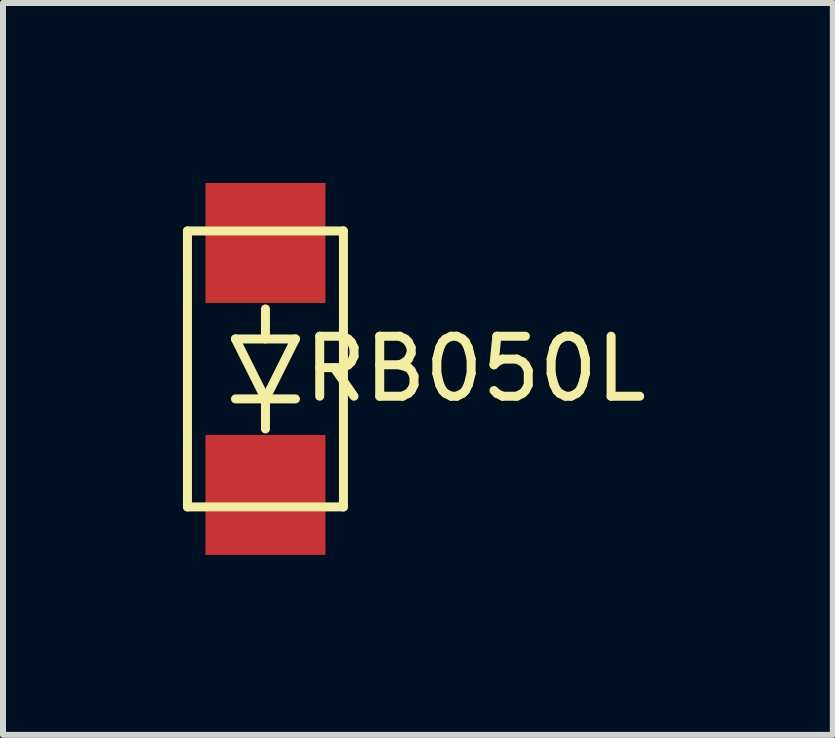
<source format=kicad_pcb>
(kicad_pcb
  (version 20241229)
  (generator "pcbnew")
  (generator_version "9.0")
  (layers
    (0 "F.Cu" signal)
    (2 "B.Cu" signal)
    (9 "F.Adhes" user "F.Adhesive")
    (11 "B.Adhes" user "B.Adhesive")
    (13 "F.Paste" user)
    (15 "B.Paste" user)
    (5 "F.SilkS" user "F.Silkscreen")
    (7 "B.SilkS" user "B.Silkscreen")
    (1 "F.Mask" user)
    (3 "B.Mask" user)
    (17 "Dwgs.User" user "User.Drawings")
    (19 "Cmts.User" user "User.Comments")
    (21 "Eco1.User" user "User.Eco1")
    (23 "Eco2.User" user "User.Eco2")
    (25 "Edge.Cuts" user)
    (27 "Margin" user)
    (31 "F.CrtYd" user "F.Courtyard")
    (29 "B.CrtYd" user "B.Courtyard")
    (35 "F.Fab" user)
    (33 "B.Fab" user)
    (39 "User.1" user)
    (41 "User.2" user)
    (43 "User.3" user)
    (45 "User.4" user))
  (footprint "RB050L"
    (layer "F.Cu")
    (at 1.375 3.1)
    (property "Reference" "RB050L" (at 3.5 0 0) (layer "F.SilkS") (effects (font (size 1 1) (thickness 0.15))))
    (attr through_hole)
    (fp_line (start -1.3 -2.3) (end -1.3 2.3) (stroke (width 0.15) (type solid)) (layer "F.SilkS"))
    (fp_line (start -1.3 2.3) (end 1.3 2.3) (stroke (width 0.15) (type solid)) (layer "F.SilkS"))
    (fp_line (start -0.5 -0.5) (end 0 0.5) (stroke (width 0.15) (type solid)) (layer "F.SilkS"))
    (fp_line (start -0.5 -0.5) (end 0.5 -0.5) (stroke (width 0.15) (type solid)) (layer "F.SilkS"))
    (fp_line (start -0.5 0.5) (end 0.5 0.5) (stroke (width 0.15) (type solid)) (layer "F.SilkS"))
    (fp_line (start 0 -0.5) (end 0 -1) (stroke (width 0.15) (type solid)) (layer "F.SilkS"))
    (fp_line (start 0 0.5) (end 0 1) (stroke (width 0.15) (type solid)) (layer "F.SilkS"))
    (fp_line (start 0 0.5) (end 0.5 -0.5) (stroke (width 0.15) (type solid)) (layer "F.SilkS"))
    (fp_line (start 1.3 -2.3) (end -1.3 -2.3) (stroke (width 0.15) (type solid)) (layer "F.SilkS"))
    (fp_line (start 1.3 2.3) (end 1.3 -2.3) (stroke (width 0.15) (type solid)) (layer "F.SilkS"))
    (pad "1" smd rect (at 0 2.1) (size 2 2) (layers "F.Cu" "F.Mask" "F.Paste"))
    (pad "2" smd rect (at 0 -2.1) (size 2 2) (layers "F.Cu" "F.Mask" "F.Paste")))
  (gr_rect
    (start -3 -3)
    (end 10.833 9.2)
    (stroke (width 0.1) (type default))
    (fill no)
    (layer "Edge.Cuts")))
</source>
